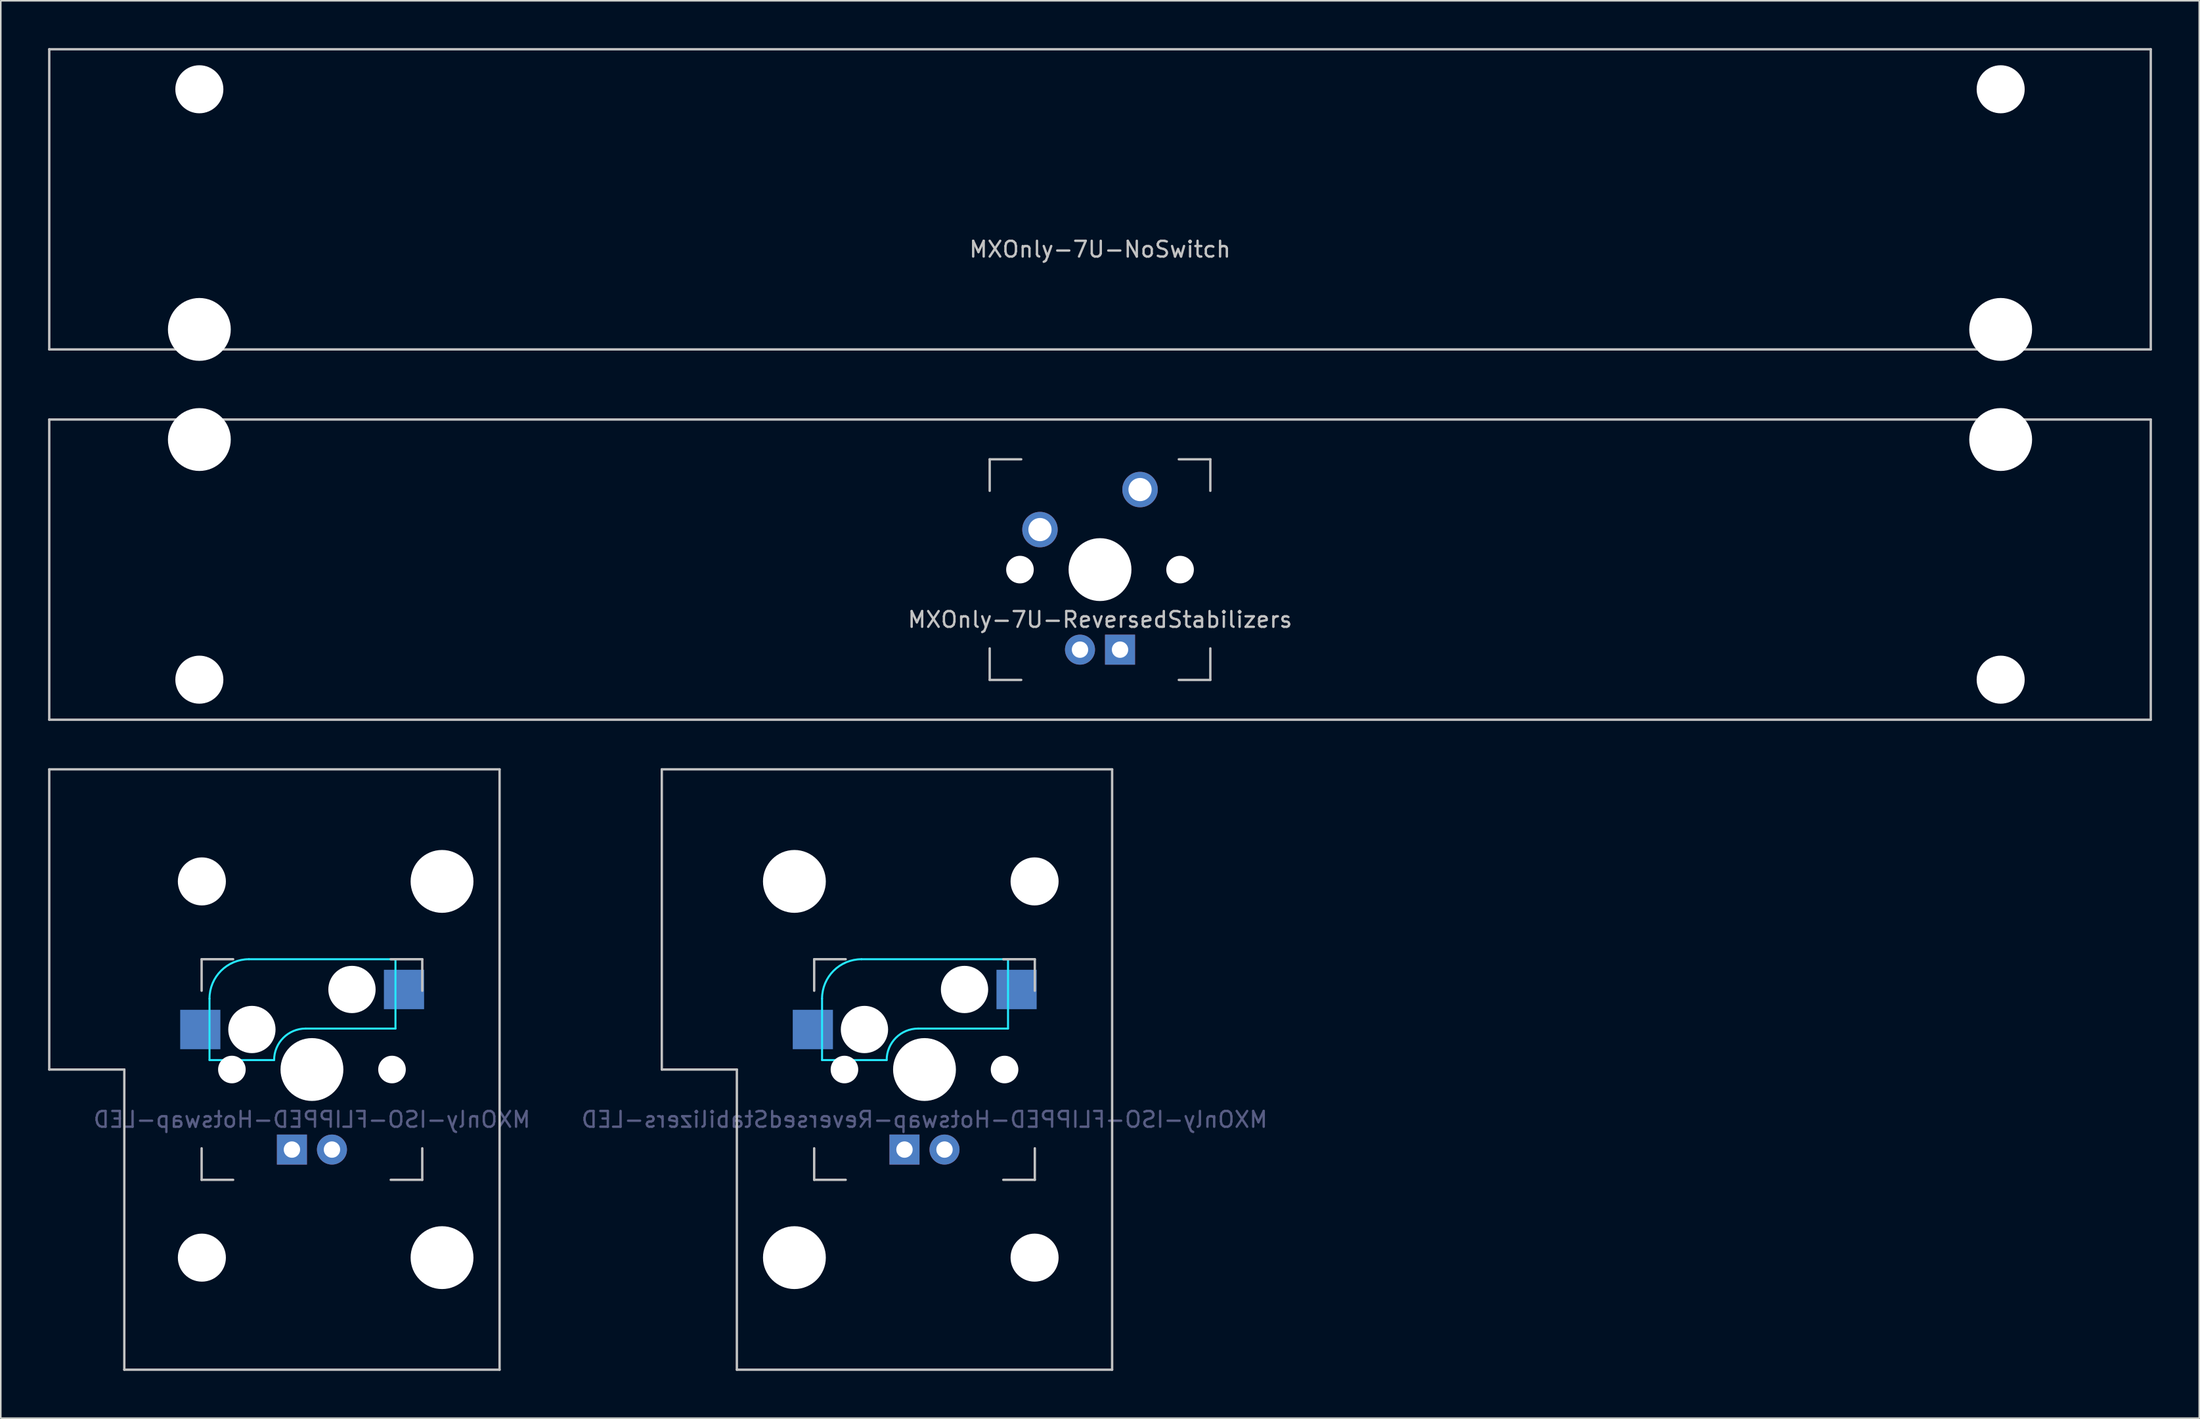
<source format=kicad_pcb>
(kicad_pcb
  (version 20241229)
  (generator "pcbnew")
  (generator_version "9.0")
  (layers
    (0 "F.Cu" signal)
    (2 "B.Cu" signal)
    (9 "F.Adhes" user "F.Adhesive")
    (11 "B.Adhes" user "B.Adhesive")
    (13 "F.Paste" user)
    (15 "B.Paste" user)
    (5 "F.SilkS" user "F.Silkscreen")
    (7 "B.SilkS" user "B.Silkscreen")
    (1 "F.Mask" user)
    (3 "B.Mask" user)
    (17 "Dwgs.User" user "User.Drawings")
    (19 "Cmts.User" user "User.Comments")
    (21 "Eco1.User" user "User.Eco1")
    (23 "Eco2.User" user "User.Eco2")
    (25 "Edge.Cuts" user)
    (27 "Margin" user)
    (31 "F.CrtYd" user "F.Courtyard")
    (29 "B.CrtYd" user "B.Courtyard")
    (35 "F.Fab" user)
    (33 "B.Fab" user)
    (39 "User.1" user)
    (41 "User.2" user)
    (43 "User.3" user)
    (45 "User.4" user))
  (footprint "MXOnly-7U-ReversedStabilizers"
    (layer "F.Cu")
    (at 66.75 33.098)
    (property "Reference" "MXOnly-7U-ReversedStabilizers" (at 0 3.175 0) (layer "Dwgs.User") (effects (font (size 1 1) (thickness 0.15))))
    (attr through_hole)
    (fp_line (start -66.675 -9.525) (end 66.675 -9.525) (stroke (width 0.15) (type solid)) (layer "Dwgs.User"))
    (fp_line (start -66.675 9.525) (end -66.675 -9.525) (stroke (width 0.15) (type solid)) (layer "Dwgs.User"))
    (fp_line (start -66.675 9.525) (end 66.675 9.525) (stroke (width 0.15) (type solid)) (layer "Dwgs.User"))
    (fp_line (start -7 -7) (end -7 -5) (stroke (width 0.15) (type solid)) (layer "Dwgs.User"))
    (fp_line (start -7 5) (end -7 7) (stroke (width 0.15) (type solid)) (layer "Dwgs.User"))
    (fp_line (start -7 7) (end -5 7) (stroke (width 0.15) (type solid)) (layer "Dwgs.User"))
    (fp_line (start -5 -7) (end -7 -7) (stroke (width 0.15) (type solid)) (layer "Dwgs.User"))
    (fp_line (start 5 -7) (end 7 -7) (stroke (width 0.15) (type solid)) (layer "Dwgs.User"))
    (fp_line (start 5 7) (end 7 7) (stroke (width 0.15) (type solid)) (layer "Dwgs.User"))
    (fp_line (start 7 -7) (end 7 -5) (stroke (width 0.15) (type solid)) (layer "Dwgs.User"))
    (fp_line (start 7 7) (end 7 5) (stroke (width 0.15) (type solid)) (layer "Dwgs.User"))
    (fp_line (start 66.675 -9.525) (end 66.675 9.525) (stroke (width 0.15) (type solid)) (layer "Dwgs.User"))
    (pad "" np_thru_hole circle (at -57.15 -8.255) (size 3.988 3.988) (drill 3.988) (layers "*.Cu" "*.Mask"))
    (pad "" np_thru_hole circle (at -57.15 6.985) (size 3.048 3.048) (drill 3.048) (layers "*.Cu" "*.Mask"))
    (pad "" np_thru_hole circle (at -5.08 0 48.1) (size 1.75 1.75) (drill 1.75) (layers "*.Cu" "*.Mask"))
    (pad "" np_thru_hole circle (at 0 0) (size 3.988 3.988) (drill 3.988) (layers "*.Cu" "*.Mask"))
    (pad "" np_thru_hole circle (at 5.08 0 48.1) (size 1.75 1.75) (drill 1.75) (layers "*.Cu" "*.Mask"))
    (pad "" np_thru_hole circle (at 57.15 -8.255) (size 3.988 3.988) (drill 3.988) (layers "*.Cu" "*.Mask"))
    (pad "" np_thru_hole circle (at 57.15 6.985) (size 3.048 3.048) (drill 3.048) (layers "*.Cu" "*.Mask"))
    (pad "1" thru_hole circle (at -3.81 -2.54) (size 2.25 2.25) (drill 1.47) (layers "*.Cu" "B.Mask"))
    (pad "2" thru_hole circle (at 2.54 -5.08) (size 2.25 2.25) (drill 1.47) (layers "*.Cu" "B.Mask"))
    (pad "3" thru_hole circle (at -1.27 5.08) (size 1.905 1.905) (drill 1.04) (layers "*.Cu" "B.Mask"))
    (pad "4" thru_hole rect (at 1.27 5.08) (size 1.905 1.905) (drill 1.04) (layers "*.Cu" "B.Mask")))
  (footprint "MXOnly-7U-NoSwitch"
    (layer "F.Cu")
    (at 66.75 9.6)
    (property "Reference" "MXOnly-7U-NoSwitch" (at 0 3.175 0) (layer "Dwgs.User") (effects (font (size 1 1) (thickness 0.15))))
    (attr through_hole)
    (fp_line (start -66.675 -9.525) (end 66.675 -9.525) (stroke (width 0.15) (type solid)) (layer "Dwgs.User"))
    (fp_line (start -66.675 9.525) (end -66.675 -9.525) (stroke (width 0.15) (type solid)) (layer "Dwgs.User"))
    (fp_line (start -66.675 9.525) (end 66.675 9.525) (stroke (width 0.15) (type solid)) (layer "Dwgs.User"))
    (fp_line (start 66.675 -9.525) (end 66.675 9.525) (stroke (width 0.15) (type solid)) (layer "Dwgs.User"))
    (pad "" np_thru_hole circle (at -57.15 -6.985) (size 3.048 3.048) (drill 3.048) (layers "*.Cu" "*.Mask"))
    (pad "" np_thru_hole circle (at -57.15 8.255) (size 3.988 3.988) (drill 3.988) (layers "*.Cu" "*.Mask"))
    (pad "" np_thru_hole circle (at 57.15 -6.985) (size 3.048 3.048) (drill 3.048) (layers "*.Cu" "*.Mask"))
    (pad "" np_thru_hole circle (at 57.15 8.255) (size 3.988 3.988) (drill 3.988) (layers "*.Cu" "*.Mask")))
  (footprint "MXOnly-ISO-FLIPPED-Hotswap-ReversedStabilizers-LED"
    (layer "F.Cu")
    (at 55.613 64.823)
    (property "Reference" "MXOnly-ISO-FLIPPED-Hotswap-ReversedStabilizers-LED" (at 0 3.175 0) (layer "B.Fab") (effects (font (size 1 1) (thickness 0.15)) (justify mirror)))
    (attr through_hole)
    (fp_line (start -16.669 -19.05) (end -16.669 0) (stroke (width 0.15) (type solid)) (layer "Dwgs.User"))
    (fp_line (start -16.669 -19.05) (end 11.906 -19.05) (stroke (width 0.15) (type solid)) (layer "Dwgs.User"))
    (fp_line (start -11.906 0) (end -16.669 0) (stroke (width 0.15) (type solid)) (layer "Dwgs.User"))
    (fp_line (start -11.906 19.05) (end -11.906 0) (stroke (width 0.15) (type solid)) (layer "Dwgs.User"))
    (fp_line (start -11.906 19.05) (end 11.906 19.05) (stroke (width 0.15) (type solid)) (layer "Dwgs.User"))
    (fp_line (start -7 -7) (end -7 -5) (stroke (width 0.15) (type solid)) (layer "Dwgs.User"))
    (fp_line (start -7 5) (end -7 7) (stroke (width 0.15) (type solid)) (layer "Dwgs.User"))
    (fp_line (start -7 7) (end -5 7) (stroke (width 0.15) (type solid)) (layer "Dwgs.User"))
    (fp_line (start -5 -7) (end -7 -7) (stroke (width 0.15) (type solid)) (layer "Dwgs.User"))
    (fp_line (start 5 -7) (end 7 -7) (stroke (width 0.15) (type solid)) (layer "Dwgs.User"))
    (fp_line (start 5 7) (end 7 7) (stroke (width 0.15) (type solid)) (layer "Dwgs.User"))
    (fp_line (start 7 -7) (end 7 -5) (stroke (width 0.15) (type solid)) (layer "Dwgs.User"))
    (fp_line (start 7 7) (end 7 5) (stroke (width 0.15) (type solid)) (layer "Dwgs.User"))
    (fp_line (start 11.906 -19.05) (end 11.906 19.05) (stroke (width 0.15) (type solid)) (layer "Dwgs.User"))
    (fp_line (start -6.5 -4.5) (end -6.5 -0.6) (stroke (width 0.127) (type solid)) (layer "B.CrtYd"))
    (fp_line (start -6.5 -0.6) (end -2.4 -0.6) (stroke (width 0.127) (type solid)) (layer "B.CrtYd"))
    (fp_line (start -0.4 -2.6) (end 5.3 -2.6) (stroke (width 0.127) (type solid)) (layer "B.CrtYd"))
    (fp_line (start 5.3 -7) (end -4 -7) (stroke (width 0.127) (type solid)) (layer "B.CrtYd"))
    (fp_line (start 5.3 -7) (end 5.3 -2.6) (stroke (width 0.127) (type solid)) (layer "B.CrtYd"))
    (fp_arc (start -6.5 -4.5) (mid -5.767767 -6.267767) (end -4 -7) (stroke (width 0.127) (type solid)) (layer "B.CrtYd"))
    (fp_arc (start -2.4 -0.6) (mid -1.814214 -2.014214) (end -0.4 -2.6) (stroke (width 0.127) (type solid)) (layer "B.CrtYd"))
    (pad "" np_thru_hole circle (at -8.255 -11.938) (size 3.988 3.988) (drill 3.988) (layers "*.Cu" "*.Mask"))
    (pad "" np_thru_hole circle (at -8.255 11.938) (size 3.988 3.988) (drill 3.988) (layers "*.Cu" "*.Mask"))
    (pad "" np_thru_hole circle (at -5.08 0 48.1) (size 1.75 1.75) (drill 1.75) (layers "*.Cu" "*.Mask"))
    (pad "" np_thru_hole circle (at -3.81 -2.54) (size 3 3) (drill 3) (layers "*.Cu" "*.Mask"))
    (pad "" np_thru_hole circle (at 0 0) (size 3.988 3.988) (drill 3.988) (layers "*.Cu" "*.Mask"))
    (pad "" np_thru_hole circle (at 2.54 -5.08) (size 3 3) (drill 3) (layers "*.Cu" "*.Mask"))
    (pad "" np_thru_hole circle (at 5.08 0 48.1) (size 1.75 1.75) (drill 1.75) (layers "*.Cu" "*.Mask"))
    (pad "" np_thru_hole circle (at 6.985 -11.938) (size 3.048 3.048) (drill 3.048) (layers "*.Cu" "*.Mask"))
    (pad "" np_thru_hole circle (at 6.985 11.938) (size 3.048 3.048) (drill 3.048) (layers "*.Cu" "*.Mask"))
    (pad "1" smd rect (at -7.085 -2.54) (size 2.55 2.5) (layers "B.Cu" "B.Mask" "B.Paste"))
    (pad "2" smd rect (at 5.842 -5.08) (size 2.55 2.5) (layers "B.Cu" "B.Mask" "B.Paste"))
    (pad "3" thru_hole circle (at 1.27 5.08 180) (size 1.905 1.905) (drill 1.04) (layers "*.Cu" "B.Mask"))
    (pad "4" thru_hole rect (at -1.27 5.08 180) (size 1.905 1.905) (drill 1.04) (layers "*.Cu" "B.Mask")))
  (footprint "MXOnly-ISO-FLIPPED-Hotswap-LED"
    (layer "F.Cu")
    (at 16.744 64.823)
    (property "Reference" "MXOnly-ISO-FLIPPED-Hotswap-LED" (at 0 3.175 0) (layer "B.Fab") (effects (font (size 1 1) (thickness 0.15)) (justify mirror)))
    (attr through_hole)
    (fp_line (start -16.669 -19.05) (end -16.669 0) (stroke (width 0.15) (type solid)) (layer "Dwgs.User"))
    (fp_line (start -16.669 -19.05) (end 11.906 -19.05) (stroke (width 0.15) (type solid)) (layer "Dwgs.User"))
    (fp_line (start -11.906 0) (end -16.669 0) (stroke (width 0.15) (type solid)) (layer "Dwgs.User"))
    (fp_line (start -11.906 19.05) (end -11.906 0) (stroke (width 0.15) (type solid)) (layer "Dwgs.User"))
    (fp_line (start -11.906 19.05) (end 11.906 19.05) (stroke (width 0.15) (type solid)) (layer "Dwgs.User"))
    (fp_line (start -7 -7) (end -7 -5) (stroke (width 0.15) (type solid)) (layer "Dwgs.User"))
    (fp_line (start -7 5) (end -7 7) (stroke (width 0.15) (type solid)) (layer "Dwgs.User"))
    (fp_line (start -7 7) (end -5 7) (stroke (width 0.15) (type solid)) (layer "Dwgs.User"))
    (fp_line (start -5 -7) (end -7 -7) (stroke (width 0.15) (type solid)) (layer "Dwgs.User"))
    (fp_line (start 5 -7) (end 7 -7) (stroke (width 0.15) (type solid)) (layer "Dwgs.User"))
    (fp_line (start 5 7) (end 7 7) (stroke (width 0.15) (type solid)) (layer "Dwgs.User"))
    (fp_line (start 7 -7) (end 7 -5) (stroke (width 0.15) (type solid)) (layer "Dwgs.User"))
    (fp_line (start 7 7) (end 7 5) (stroke (width 0.15) (type solid)) (layer "Dwgs.User"))
    (fp_line (start 11.906 -19.05) (end 11.906 19.05) (stroke (width 0.15) (type solid)) (layer "Dwgs.User"))
    (fp_line (start -6.5 -4.5) (end -6.5 -0.6) (stroke (width 0.127) (type solid)) (layer "B.CrtYd"))
    (fp_line (start -6.5 -0.6) (end -2.4 -0.6) (stroke (width 0.127) (type solid)) (layer "B.CrtYd"))
    (fp_line (start -0.4 -2.6) (end 5.3 -2.6) (stroke (width 0.127) (type solid)) (layer "B.CrtYd"))
    (fp_line (start 5.3 -7) (end -4 -7) (stroke (width 0.127) (type solid)) (layer "B.CrtYd"))
    (fp_line (start 5.3 -7) (end 5.3 -2.6) (stroke (width 0.127) (type solid)) (layer "B.CrtYd"))
    (fp_arc (start -6.5 -4.5) (mid -5.767767 -6.267767) (end -4 -7) (stroke (width 0.127) (type solid)) (layer "B.CrtYd"))
    (fp_arc (start -2.4 -0.6) (mid -1.814214 -2.014214) (end -0.4 -2.6) (stroke (width 0.127) (type solid)) (layer "B.CrtYd"))
    (pad "" np_thru_hole circle (at -6.985 -11.938) (size 3.048 3.048) (drill 3.048) (layers "*.Cu" "*.Mask"))
    (pad "" np_thru_hole circle (at -6.985 11.938) (size 3.048 3.048) (drill 3.048) (layers "*.Cu" "*.Mask"))
    (pad "" np_thru_hole circle (at -5.08 0 48.1) (size 1.75 1.75) (drill 1.75) (layers "*.Cu" "*.Mask"))
    (pad "" np_thru_hole circle (at -3.81 -2.54) (size 3 3) (drill 3) (layers "*.Cu" "*.Mask"))
    (pad "" np_thru_hole circle (at 0 0) (size 3.988 3.988) (drill 3.988) (layers "*.Cu" "*.Mask"))
    (pad "" np_thru_hole circle (at 2.54 -5.08) (size 3 3) (drill 3) (layers "*.Cu" "*.Mask"))
    (pad "" np_thru_hole circle (at 5.08 0 48.1) (size 1.75 1.75) (drill 1.75) (layers "*.Cu" "*.Mask"))
    (pad "" np_thru_hole circle (at 8.255 -11.938) (size 3.988 3.988) (drill 3.988) (layers "*.Cu" "*.Mask"))
    (pad "" np_thru_hole circle (at 8.255 11.938) (size 3.988 3.988) (drill 3.988) (layers "*.Cu" "*.Mask"))
    (pad "1" smd rect (at -7.085 -2.54) (size 2.55 2.5) (layers "B.Cu" "B.Mask" "B.Paste"))
    (pad "2" smd rect (at 5.842 -5.08) (size 2.55 2.5) (layers "B.Cu" "B.Mask" "B.Paste"))
    (pad "3" thru_hole circle (at 1.27 5.08 180) (size 1.905 1.905) (drill 1.04) (layers "*.Cu" "B.Mask"))
    (pad "4" thru_hole rect (at -1.27 5.08 180) (size 1.905 1.905) (drill 1.04) (layers "*.Cu" "B.Mask")))
  (gr_rect
    (start -3 -3)
    (end 136.5 86.948)
    (stroke (width 0.1) (type default))
    (fill no)
    (layer "Edge.Cuts")))
</source>
